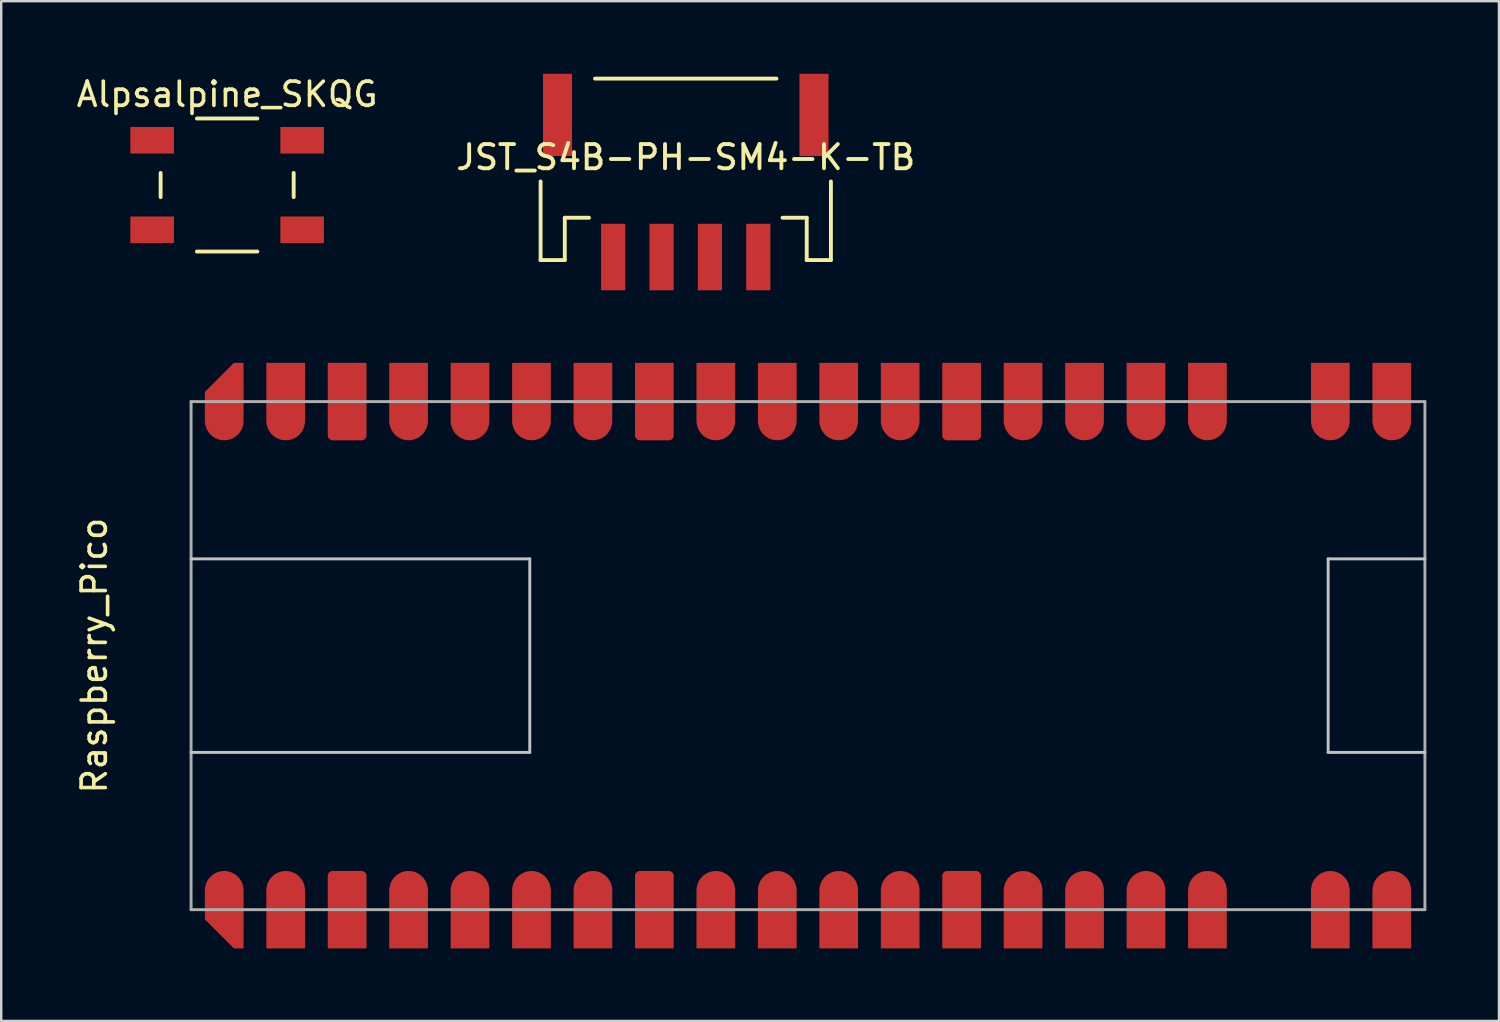
<source format=kicad_pcb>
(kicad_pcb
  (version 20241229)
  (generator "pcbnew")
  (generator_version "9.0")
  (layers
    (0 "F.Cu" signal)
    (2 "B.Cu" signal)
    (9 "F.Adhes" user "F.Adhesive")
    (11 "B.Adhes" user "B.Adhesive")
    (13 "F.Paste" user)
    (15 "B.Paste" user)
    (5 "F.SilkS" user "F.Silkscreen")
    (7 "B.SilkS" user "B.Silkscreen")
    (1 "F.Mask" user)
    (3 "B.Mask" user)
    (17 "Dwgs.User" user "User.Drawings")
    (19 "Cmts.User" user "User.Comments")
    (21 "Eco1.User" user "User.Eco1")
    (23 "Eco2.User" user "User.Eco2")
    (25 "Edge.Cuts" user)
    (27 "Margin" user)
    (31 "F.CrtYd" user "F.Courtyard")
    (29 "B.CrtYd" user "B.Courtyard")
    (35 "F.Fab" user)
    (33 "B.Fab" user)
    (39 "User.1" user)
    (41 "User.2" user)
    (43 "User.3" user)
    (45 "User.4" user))
  (footprint "Raspberry_Pico"
    (layer "F.Cu")
    (at 30.748 24.11)
    (property "Reference" "Raspberry_Pico" (at -29.9 -0.06 90) (layer "F.SilkS") (effects (font (size 1 1) (thickness 0.15))))
    (attr smd)
    (fp_line (start -25.9 -4.06) (end -11.9 -4.06) (stroke (width 0.12) (type solid)) (layer "Dwgs.User"))
    (fp_line (start -11.9 -4.06) (end -11.9 3.94) (stroke (width 0.12) (type solid)) (layer "Dwgs.User"))
    (fp_line (start -11.9 3.94) (end -25.9 3.94) (stroke (width 0.12) (type solid)) (layer "Dwgs.User"))
    (fp_line (start 21.1 -4.06) (end 25.1 -4.06) (stroke (width 0.12) (type solid)) (layer "Dwgs.User"))
    (fp_line (start 21.1 3.94) (end 21.1 -4.06) (stroke (width 0.12) (type solid)) (layer "Dwgs.User"))
    (fp_line (start 25.1 3.94) (end 21.1 3.94) (stroke (width 0.12) (type solid)) (layer "Dwgs.User"))
    (fp_line (start -25.9 -10.56) (end 25.1 -10.56) (stroke (width 0.12) (type solid)) (layer "F.Fab"))
    (fp_line (start -25.9 10.44) (end -25.9 -10.56) (stroke (width 0.12) (type solid)) (layer "F.Fab"))
    (fp_line (start -25.9 10.44) (end 25.1 10.44) (stroke (width 0.12) (type solid)) (layer "F.Fab"))
    (fp_line (start 25.1 10.44) (end 25.1 -10.56) (stroke (width 0.12) (type solid)) (layer "F.Fab"))
    (pad "1" smd custom (at -24.53 11.24 90) (size 0.5 0.5) (layers "F.Cu" "F.Mask") (options (anchor circle)) (primitives (gr_line (start 0.8 0) (end 1.6 0) (width 1.6)) (gr_poly (pts (xy 0.8 0.8) (xy -0.8 0.8) (xy -0.8 0.4) (xy 0.4 -0.8) (xy 0.8 -0.8)) (width 0) (fill yes))))
    (pad "2" smd custom (at -21.99 11.24 90) (size 1.6 1.6) (layers "F.Cu" "F.Mask") (options (anchor rect)) (primitives (gr_line (start 0 0) (end 1.6 0) (width 1.6))))
    (pad "3" smd custom (at -19.45 11.24 90) (size 1.6 1.6) (layers "F.Cu" "F.Mask") (options (anchor rect)) (primitives (gr_line (start 0 -0.6) (end 2.2 -0.6) (width 0.4)) (gr_line (start 0 0.6) (end 2.2 0.6) (width 0.4)) (gr_line (start 2.2 -0.6) (end 2.2 0.6) (width 0.4)) (gr_line (start 0 0) (end 1.6 0) (width 1.2))))
    (pad "4" smd custom (at -16.91 11.24 90) (size 1.6 1.6) (layers "F.Cu" "F.Mask") (options (anchor rect)) (primitives (gr_line (start 0 0) (end 1.6 0) (width 1.6))))
    (pad "5" smd custom (at -14.37 11.24 90) (size 1.6 1.6) (layers "F.Cu" "F.Mask") (options (anchor rect)) (primitives (gr_line (start 0 0) (end 1.6 0) (width 1.6))))
    (pad "6" smd custom (at -11.83 11.24 90) (size 1.6 1.6) (layers "F.Cu" "F.Mask") (options (anchor rect)) (primitives (gr_line (start 0 0) (end 1.6 0) (width 1.6))))
    (pad "7" smd custom (at -9.29 11.24 90) (size 1.6 1.6) (layers "F.Cu" "F.Mask") (options (anchor rect)) (primitives (gr_line (start 0 0) (end 1.6 0) (width 1.6))))
    (pad "8" smd custom (at -6.75 11.24 90) (size 1.6 1.6) (layers "F.Cu" "F.Mask") (options (anchor rect)) (primitives (gr_line (start 0 -0.6) (end 2.2 -0.6) (width 0.4)) (gr_line (start 0 0.6) (end 2.2 0.6) (width 0.4)) (gr_line (start 2.2 -0.6) (end 2.2 0.6) (width 0.4)) (gr_line (start 0 0) (end 1.6 0) (width 1.2))))
    (pad "9" smd custom (at -4.21 11.24 90) (size 1.6 1.6) (layers "F.Cu" "F.Mask") (options (anchor rect)) (primitives (gr_line (start 0 0) (end 1.6 0) (width 1.6))))
    (pad "10" smd custom (at -1.67 11.24 90) (size 1.6 1.6) (layers "F.Cu" "F.Mask") (options (anchor rect)) (primitives (gr_line (start 0 0) (end 1.6 0) (width 1.6))))
    (pad "11" smd custom (at 0.87 11.24 90) (size 1.6 1.6) (layers "F.Cu" "F.Mask") (options (anchor rect)) (primitives (gr_line (start 0 0) (end 1.6 0) (width 1.6))))
    (pad "12" smd custom (at 3.41 11.24 90) (size 1.6 1.6) (layers "F.Cu" "F.Mask") (options (anchor rect)) (primitives (gr_line (start 0 0) (end 1.6 0) (width 1.6))))
    (pad "13" smd custom (at 5.95 11.24 90) (size 1.6 1.6) (layers "F.Cu" "F.Mask") (options (anchor rect)) (primitives (gr_line (start 0 -0.6) (end 2.2 -0.6) (width 0.4)) (gr_line (start 0 0.6) (end 2.2 0.6) (width 0.4)) (gr_line (start 2.2 -0.6) (end 2.2 0.6) (width 0.4)) (gr_line (start 0 0) (end 1.6 0) (width 1.2))))
    (pad "14" smd custom (at 8.49 11.24 90) (size 1.6 1.6) (layers "F.Cu" "F.Mask") (options (anchor rect)) (primitives (gr_line (start 0 0) (end 1.6 0) (width 1.6))))
    (pad "15" smd custom (at 11.03 11.24 90) (size 1.6 1.6) (layers "F.Cu" "F.Mask") (options (anchor rect)) (primitives (gr_line (start 0 0) (end 1.6 0) (width 1.6))))
    (pad "16" smd custom (at 13.57 11.24 90) (size 1.6 1.6) (layers "F.Cu" "F.Mask") (options (anchor rect)) (primitives (gr_line (start 0 0) (end 1.6 0) (width 1.6))))
    (pad "17" smd custom (at 16.11 11.24 90) (size 1.6 1.6) (layers "F.Cu" "F.Mask") (options (anchor rect)) (primitives (gr_line (start 0 0) (end 1.6 0) (width 1.6))))
    (pad "19" smd custom (at 21.19 11.24 90) (size 1.6 1.6) (layers "F.Cu" "F.Mask") (options (anchor rect)) (primitives (gr_line (start 0 0) (end 1.6 0) (width 1.6))))
    (pad "20" smd custom (at 23.73 11.24 90) (size 1.6 1.6) (layers "F.Cu" "F.Mask") (options (anchor rect)) (primitives (gr_line (start 0 0) (end 1.6 0) (width 1.6))))
    (pad "21" smd custom (at 23.73 -11.36 270) (size 1.6 1.6) (layers "F.Cu" "F.Mask") (options (anchor rect)) (primitives (gr_line (start 0 0) (end 1.6 0) (width 1.6))))
    (pad "22" smd custom (at 21.19 -11.36 270) (size 1.6 1.6) (layers "F.Cu" "F.Mask") (options (anchor rect)) (primitives (gr_line (start 0 0) (end 1.6 0) (width 1.6))))
    (pad "24" smd custom (at 16.11 -11.36 270) (size 1.6 1.6) (layers "F.Cu" "F.Mask") (options (anchor rect)) (primitives (gr_line (start 0 0) (end 1.6 0) (width 1.6))))
    (pad "25" smd custom (at 13.57 -11.36 270) (size 1.6 1.6) (layers "F.Cu" "F.Mask") (options (anchor rect)) (primitives (gr_line (start 0 0) (end 1.6 0) (width 1.6))))
    (pad "26" smd custom (at 11.03 -11.36 270) (size 1.6 1.6) (layers "F.Cu" "F.Mask") (options (anchor rect)) (primitives (gr_line (start 0 0) (end 1.6 0) (width 1.6))))
    (pad "27" smd custom (at 8.49 -11.36 270) (size 1.6 1.6) (layers "F.Cu" "F.Mask") (options (anchor rect)) (primitives (gr_line (start 0 0) (end 1.6 0) (width 1.6))))
    (pad "28" smd custom (at 5.95 -11.36 270) (size 1.6 1.6) (layers "F.Cu" "F.Mask") (options (anchor rect)) (primitives (gr_line (start 0 -0.6) (end 2.2 -0.6) (width 0.4)) (gr_line (start 0 0.6) (end 2.2 0.6) (width 0.4)) (gr_line (start 2.2 -0.6) (end 2.2 0.6) (width 0.4)) (gr_line (start 0 0) (end 1.6 0) (width 1.2))))
    (pad "29" smd custom (at 3.41 -11.36 270) (size 1.6 1.6) (layers "F.Cu" "F.Mask") (options (anchor rect)) (primitives (gr_line (start 0 0) (end 1.6 0) (width 1.6))))
    (pad "30" smd custom (at 0.87 -11.36 270) (size 1.6 1.6) (layers "F.Cu" "F.Mask") (options (anchor rect)) (primitives (gr_line (start 0 0) (end 1.6 0) (width 1.6))))
    (pad "31" smd custom (at -1.67 -11.36 270) (size 1.6 1.6) (layers "F.Cu" "F.Mask") (options (anchor rect)) (primitives (gr_line (start 0 0) (end 1.6 0) (width 1.6))))
    (pad "32" smd custom (at -4.21 -11.36 270) (size 1.6 1.6) (layers "F.Cu" "F.Mask") (options (anchor rect)) (primitives (gr_line (start 0 0) (end 1.6 0) (width 1.6))))
    (pad "33" smd custom (at -6.75 -11.36 270) (size 1.6 1.6) (layers "F.Cu" "F.Mask") (options (anchor rect)) (primitives (gr_line (start 0 -0.6) (end 2.2 -0.6) (width 0.4)) (gr_line (start 0 0.6) (end 2.2 0.6) (width 0.4)) (gr_line (start 2.2 -0.6) (end 2.2 0.6) (width 0.4)) (gr_line (start 0 0) (end 1.6 0) (width 1.2))))
    (pad "34" smd custom (at -9.29 -11.36 270) (size 1.6 1.6) (layers "F.Cu" "F.Mask") (options (anchor rect)) (primitives (gr_line (start 0 0) (end 1.6 0) (width 1.6))))
    (pad "35" smd custom (at -11.83 -11.36 270) (size 1.6 1.6) (layers "F.Cu" "F.Mask") (options (anchor rect)) (primitives (gr_line (start 0 0) (end 1.6 0) (width 1.6))))
    (pad "36" smd custom (at -14.37 -11.36 270) (size 1.6 1.6) (layers "F.Cu" "F.Mask") (options (anchor rect)) (primitives (gr_line (start 0 0) (end 1.6 0) (width 1.6))))
    (pad "37" smd custom (at -16.91 -11.36 270) (size 1.6 1.6) (layers "F.Cu" "F.Mask") (options (anchor rect)) (primitives (gr_line (start 0 0) (end 1.6 0) (width 1.6))))
    (pad "38" smd custom (at -19.45 -11.36 270) (size 1.6 1.6) (layers "F.Cu" "F.Mask") (options (anchor rect)) (primitives (gr_line (start 0 -0.6) (end 2.2 -0.6) (width 0.4)) (gr_line (start 0 0.6) (end 2.2 0.6) (width 0.4)) (gr_line (start 2.2 -0.6) (end 2.2 0.6) (width 0.4)) (gr_line (start 0 0) (end 1.6 0) (width 1.2))))
    (pad "39" smd custom (at -21.99 -11.36 270) (size 1.6 1.6) (layers "F.Cu" "F.Mask") (options (anchor rect)) (primitives (gr_line (start 0 0) (end 1.6 0) (width 1.6))))
    (pad "40" smd custom (at -24.53 -11.36 270) (size 0.5 0.5) (layers "F.Cu" "F.Mask") (options (anchor circle)) (primitives (gr_line (start 0.8 0) (end 1.6 0) (width 1.6)) (gr_poly (pts (xy 0.8 0.8) (xy 0.4 0.8) (xy -0.8 -0.4) (xy -0.8 -0.8) (xy 0.8 -0.8)) (width 0) (fill yes)))))
  (footprint "JST_S4B-PH-SM4-K-TB"
    (layer "F.Cu")
    (at 25.295 4.7)
    (property "Reference" "JST_S4B-PH-SM4-K-TB" (at 0 -1.25 0) (layer "F.SilkS") (effects (font (size 1 1) (thickness 0.16))))
    (attr smd)
    (fp_line (start -6 -0.25) (end -6 3) (stroke (width 0.16) (type solid)) (layer "F.SilkS"))
    (fp_line (start -6 3) (end -5 3) (stroke (width 0.16) (type solid)) (layer "F.SilkS"))
    (fp_line (start -5 3) (end -5 1.25) (stroke (width 0.16) (type solid)) (layer "F.SilkS"))
    (fp_line (start -4 1.25) (end -5 1.25) (stroke (width 0.16) (type solid)) (layer "F.SilkS"))
    (fp_line (start 3.75 -4.5) (end -3.75 -4.5) (stroke (width 0.16) (type solid)) (layer "F.SilkS"))
    (fp_line (start 5 1.25) (end 4 1.25) (stroke (width 0.16) (type solid)) (layer "F.SilkS"))
    (fp_line (start 5 3) (end 5 1.25) (stroke (width 0.16) (type solid)) (layer "F.SilkS"))
    (fp_line (start 5 3) (end 6 3) (stroke (width 0.16) (type solid)) (layer "F.SilkS"))
    (fp_line (start 6 -0.25) (end 6 3) (stroke (width 0.16) (type solid)) (layer "F.SilkS"))
    (pad "" smd rect (at -5.3 -3) (size 1.2 3.4) (layers "F.Cu" "F.Mask" "F.Paste"))
    (pad "" smd rect (at 5.3 -3) (size 1.2 3.4) (layers "F.Cu" "F.Mask" "F.Paste"))
    (pad "1" smd rect (at 3 2.875) (size 1 2.75) (layers "F.Cu" "F.Mask" "F.Paste"))
    (pad "2" smd rect (at 1 2.875) (size 1 2.75) (layers "F.Cu" "F.Mask" "F.Paste"))
    (pad "3" smd rect (at -1 2.875) (size 1 2.75) (layers "F.Cu" "F.Mask" "F.Paste"))
    (pad "4" smd rect (at -3 2.875) (size 1 2.75) (layers "F.Cu" "F.Mask" "F.Paste")))
  (footprint "Alpsalpine_SKQG"
    (layer "F.Cu")
    (at 6.339 4.598)
    (property "Reference" "Alpsalpine_SKQG" (at 0 -3.75 0) (unlocked yes) (layer "F.SilkS") (effects (font (size 1 1) (thickness 0.15))))
    (attr smd)
    (fp_line (start -2.75 -0.5) (end -2.75 0.5) (stroke (width 0.16) (type solid)) (layer "F.SilkS"))
    (fp_line (start -1.25 -2.75) (end 1.25 -2.75) (stroke (width 0.16) (type solid)) (layer "F.SilkS"))
    (fp_line (start -1.25 2.75) (end 1.25 2.75) (stroke (width 0.16) (type solid)) (layer "F.SilkS"))
    (fp_line (start 2.75 -0.5) (end 2.75 0.5) (stroke (width 0.16) (type solid)) (layer "F.SilkS"))
    (pad "1" smd rect (at -3.1 1.85) (size 1.8 1.1) (layers "F.Cu" "F.Mask" "F.Paste"))
    (pad "1" smd rect (at 3.1 1.85) (size 1.8 1.1) (layers "F.Cu" "F.Mask" "F.Paste"))
    (pad "2" smd rect (at -3.1 -1.85) (size 1.8 1.1) (layers "F.Cu" "F.Mask" "F.Paste"))
    (pad "2" smd rect (at 3.1 -1.85) (size 1.8 1.1) (layers "F.Cu" "F.Mask" "F.Paste"))
    (zone (net_name "") (layer "F.Cu") (hatch edge 0.508) (connect_pads) (min_thickness 0.254) (filled_areas_thickness no) (keepout (tracks not_allowed) (vias not_allowed) (pads not_allowed) (copperpour not_allowed) (footprints allowed)) (placement (enabled no)) (fill) (polygon (pts (xy 10.339 5.898) (xy 2.339 5.898) (xy 2.339 3.298) (xy 10.339 3.298)))))
  (gr_rect
    (start -3 -3)
    (end 58.908 39.15)
    (stroke (width 0.1) (type default))
    (fill no)
    (layer "Edge.Cuts")))
</source>
